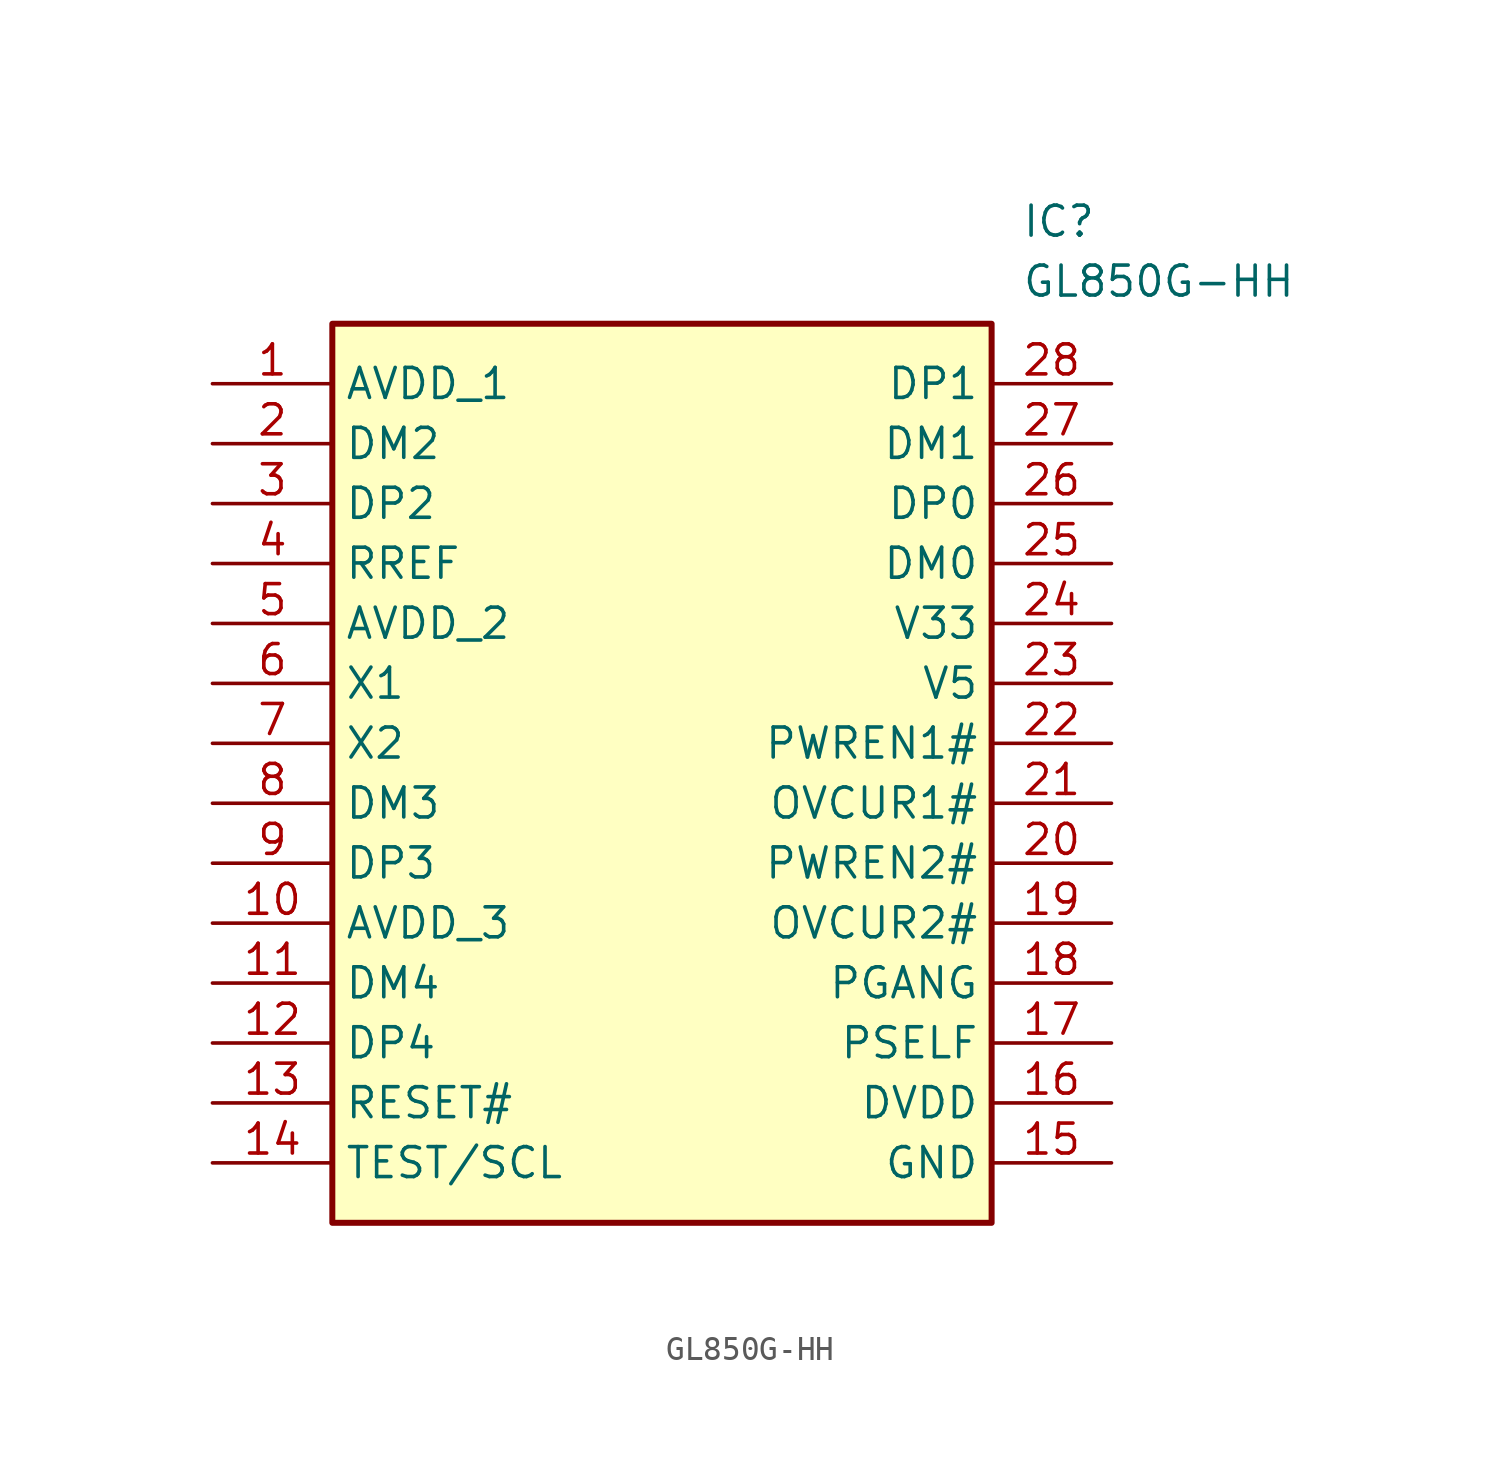
<source format=kicad_sym>
(kicad_symbol_lib
  (version 20211014)
  (generator SamacSys_ECAD_Model)
  (symbol "GL850G-HH"
    (property "Reference" "IC"
      (at 34.29 7.62 0)
      (effects (font (size 1.27 1.27)) (justify left top)))
    (property "Value" "GL850G-HH"
      (at 34.29 5.08 0)
      (effects (font (size 1.27 1.27)) (justify left top)))
    (rectangle
      (start 5.08 2.54)
      (end 33.02 -35.56)
      (stroke (width 0.254) (type default))
      (fill (type background)))
    (pin passive line
      (at 0 0 0)
      (length 5.08)
      (name "AVDD_1" (effects (font (size 1.27 1.27))))
      (number "1" (effects (font (size 1.27 1.27)))))
    (pin passive line
      (at 0 -2.54 0)
      (length 5.08)
      (name "DM2" (effects (font (size 1.27 1.27))))
      (number "2" (effects (font (size 1.27 1.27)))))
    (pin passive line
      (at 0 -5.08 0)
      (length 5.08)
      (name "DP2" (effects (font (size 1.27 1.27))))
      (number "3" (effects (font (size 1.27 1.27)))))
    (pin passive line
      (at 0 -7.62 0)
      (length 5.08)
      (name "RREF" (effects (font (size 1.27 1.27))))
      (number "4" (effects (font (size 1.27 1.27)))))
    (pin passive line
      (at 0 -10.16 0)
      (length 5.08)
      (name "AVDD_2" (effects (font (size 1.27 1.27))))
      (number "5" (effects (font (size 1.27 1.27)))))
    (pin passive line
      (at 0 -12.7 0)
      (length 5.08)
      (name "X1" (effects (font (size 1.27 1.27))))
      (number "6" (effects (font (size 1.27 1.27)))))
    (pin passive line
      (at 0 -15.24 0)
      (length 5.08)
      (name "X2" (effects (font (size 1.27 1.27))))
      (number "7" (effects (font (size 1.27 1.27)))))
    (pin passive line
      (at 0 -17.78 0)
      (length 5.08)
      (name "DM3" (effects (font (size 1.27 1.27))))
      (number "8" (effects (font (size 1.27 1.27)))))
    (pin passive line
      (at 0 -20.32 0)
      (length 5.08)
      (name "DP3" (effects (font (size 1.27 1.27))))
      (number "9" (effects (font (size 1.27 1.27)))))
    (pin passive line
      (at 0 -22.86 0)
      (length 5.08)
      (name "AVDD_3" (effects (font (size 1.27 1.27))))
      (number "10" (effects (font (size 1.27 1.27)))))
    (pin passive line
      (at 0 -25.4 0)
      (length 5.08)
      (name "DM4" (effects (font (size 1.27 1.27))))
      (number "11" (effects (font (size 1.27 1.27)))))
    (pin passive line
      (at 0 -27.94 0)
      (length 5.08)
      (name "DP4" (effects (font (size 1.27 1.27))))
      (number "12" (effects (font (size 1.27 1.27)))))
    (pin passive line
      (at 0 -30.48 0)
      (length 5.08)
      (name "RESET#" (effects (font (size 1.27 1.27))))
      (number "13" (effects (font (size 1.27 1.27)))))
    (pin passive line
      (at 0 -33.02 0)
      (length 5.08)
      (name "TEST/SCL" (effects (font (size 1.27 1.27))))
      (number "14" (effects (font (size 1.27 1.27)))))
    (pin passive line
      (at 38.1 0 180)
      (length 5.08)
      (name "DP1" (effects (font (size 1.27 1.27))))
      (number "28" (effects (font (size 1.27 1.27)))))
    (pin passive line
      (at 38.1 -2.54 180)
      (length 5.08)
      (name "DM1" (effects (font (size 1.27 1.27))))
      (number "27" (effects (font (size 1.27 1.27)))))
    (pin passive line
      (at 38.1 -5.08 180)
      (length 5.08)
      (name "DP0" (effects (font (size 1.27 1.27))))
      (number "26" (effects (font (size 1.27 1.27)))))
    (pin passive line
      (at 38.1 -7.62 180)
      (length 5.08)
      (name "DM0" (effects (font (size 1.27 1.27))))
      (number "25" (effects (font (size 1.27 1.27)))))
    (pin passive line
      (at 38.1 -10.16 180)
      (length 5.08)
      (name "V33" (effects (font (size 1.27 1.27))))
      (number "24" (effects (font (size 1.27 1.27)))))
    (pin passive line
      (at 38.1 -12.7 180)
      (length 5.08)
      (name "V5" (effects (font (size 1.27 1.27))))
      (number "23" (effects (font (size 1.27 1.27)))))
    (pin passive line
      (at 38.1 -15.24 180)
      (length 5.08)
      (name "PWREN1#" (effects (font (size 1.27 1.27))))
      (number "22" (effects (font (size 1.27 1.27)))))
    (pin passive line
      (at 38.1 -17.78 180)
      (length 5.08)
      (name "OVCUR1#" (effects (font (size 1.27 1.27))))
      (number "21" (effects (font (size 1.27 1.27)))))
    (pin passive line
      (at 38.1 -20.32 180)
      (length 5.08)
      (name "PWREN2#" (effects (font (size 1.27 1.27))))
      (number "20" (effects (font (size 1.27 1.27)))))
    (pin passive line
      (at 38.1 -22.86 180)
      (length 5.08)
      (name "OVCUR2#" (effects (font (size 1.27 1.27))))
      (number "19" (effects (font (size 1.27 1.27)))))
    (pin passive line
      (at 38.1 -25.4 180)
      (length 5.08)
      (name "PGANG" (effects (font (size 1.27 1.27))))
      (number "18" (effects (font (size 1.27 1.27)))))
    (pin passive line
      (at 38.1 -27.94 180)
      (length 5.08)
      (name "PSELF" (effects (font (size 1.27 1.27))))
      (number "17" (effects (font (size 1.27 1.27)))))
    (pin passive line
      (at 38.1 -30.48 180)
      (length 5.08)
      (name "DVDD" (effects (font (size 1.27 1.27))))
      (number "16" (effects (font (size 1.27 1.27)))))
    (pin passive line
      (at 38.1 -33.02 180)
      (length 5.08)
      (name "GND" (effects (font (size 1.27 1.27))))
      (number "15" (effects (font (size 1.27 1.27)))))))
</source>
